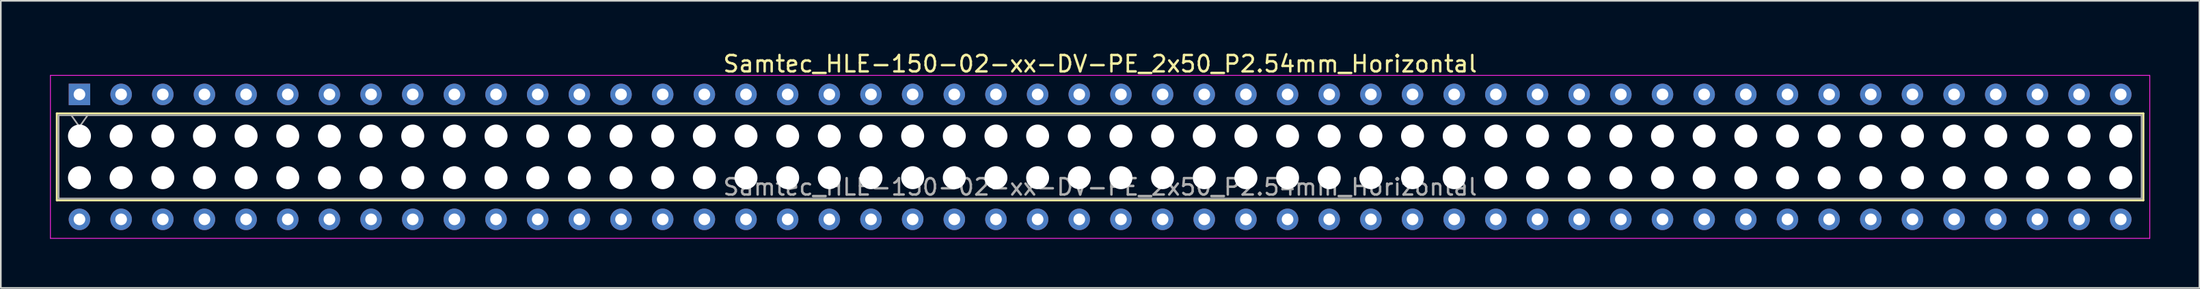
<source format=kicad_pcb>
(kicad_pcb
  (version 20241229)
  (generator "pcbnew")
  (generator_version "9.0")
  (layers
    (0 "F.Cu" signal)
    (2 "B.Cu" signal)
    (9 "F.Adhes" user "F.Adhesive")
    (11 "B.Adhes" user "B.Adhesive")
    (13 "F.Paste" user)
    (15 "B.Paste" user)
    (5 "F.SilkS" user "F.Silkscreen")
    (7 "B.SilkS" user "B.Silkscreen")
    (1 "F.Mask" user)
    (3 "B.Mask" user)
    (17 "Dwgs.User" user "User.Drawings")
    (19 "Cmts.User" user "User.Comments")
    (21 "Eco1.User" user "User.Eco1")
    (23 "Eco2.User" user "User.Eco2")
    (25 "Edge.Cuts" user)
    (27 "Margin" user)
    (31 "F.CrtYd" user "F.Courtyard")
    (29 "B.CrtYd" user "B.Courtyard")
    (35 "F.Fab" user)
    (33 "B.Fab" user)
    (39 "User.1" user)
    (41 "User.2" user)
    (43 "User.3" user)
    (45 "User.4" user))
  (footprint "Samtec_HLE-150-02-xx-DV-PE_2x50_P2.54mm_Horizontal"
    (layer "F.Cu")
    (at 1.795 2.708)
    (property "Reference" "Samtec_HLE-150-02-xx-DV-PE_2x50_P2.54mm_Horizontal" (at 62.23 -1.86 0) (layer "F.SilkS") (effects (font (size 1 1) (thickness 0.15))))
    (attr through_hole)
    (fp_line (start -1.38 1.16) (end 125.84 1.16) (stroke (width 0.12) (type solid)) (layer "F.SilkS"))
    (fp_line (start -1.38 6.46) (end -1.38 1.16) (stroke (width 0.12) (type solid)) (layer "F.SilkS"))
    (fp_line (start 125.84 1.16) (end 125.84 6.46) (stroke (width 0.12) (type solid)) (layer "F.SilkS"))
    (fp_line (start 125.84 6.46) (end -1.38 6.46) (stroke (width 0.12) (type solid)) (layer "F.SilkS"))
    (fp_line (start -1.77 -1.16) (end 126.23 -1.16) (stroke (width 0.05) (type solid)) (layer "F.CrtYd"))
    (fp_line (start -1.77 8.78) (end -1.77 -1.16) (stroke (width 0.05) (type solid)) (layer "F.CrtYd"))
    (fp_line (start 126.23 -1.16) (end 126.23 8.78) (stroke (width 0.05) (type solid)) (layer "F.CrtYd"))
    (fp_line (start 126.23 8.78) (end -1.77 8.78) (stroke (width 0.05) (type solid)) (layer "F.CrtYd"))
    (fp_line (start -1.27 1.27) (end 125.73 1.27) (stroke (width 0.1) (type solid)) (layer "F.Fab"))
    (fp_line (start -1.27 6.35) (end -1.27 1.27) (stroke (width 0.1) (type solid)) (layer "F.Fab"))
    (fp_line (start -0.5 1.27) (end 0 1.977) (stroke (width 0.1) (type solid)) (layer "F.Fab"))
    (fp_line (start 0 1.977) (end 0.5 1.27) (stroke (width 0.1) (type solid)) (layer "F.Fab"))
    (fp_line (start 125.73 1.27) (end 125.73 6.35) (stroke (width 0.1) (type solid)) (layer "F.Fab"))
    (fp_line (start 125.73 6.35) (end -1.27 6.35) (stroke (width 0.1) (type solid)) (layer "F.Fab"))
    (fp_text user "${REFERENCE}" (at 62.23 5.65 0) (layer "F.Fab") (effects (font (size 1 1) (thickness 0.15))))
    (pad "" np_thru_hole circle (at 0 2.54) (size 1.4 1.4) (drill 1.4) (layers "*.Cu" "*.Mask"))
    (pad "" np_thru_hole circle (at 0 5.08) (size 1.4 1.4) (drill 1.4) (layers "*.Cu" "*.Mask"))
    (pad "" np_thru_hole circle (at 2.54 2.54) (size 1.4 1.4) (drill 1.4) (layers "*.Cu" "*.Mask"))
    (pad "" np_thru_hole circle (at 2.54 5.08) (size 1.4 1.4) (drill 1.4) (layers "*.Cu" "*.Mask"))
    (pad "" np_thru_hole circle (at 5.08 2.54) (size 1.4 1.4) (drill 1.4) (layers "*.Cu" "*.Mask"))
    (pad "" np_thru_hole circle (at 5.08 5.08) (size 1.4 1.4) (drill 1.4) (layers "*.Cu" "*.Mask"))
    (pad "" np_thru_hole circle (at 7.62 2.54) (size 1.4 1.4) (drill 1.4) (layers "*.Cu" "*.Mask"))
    (pad "" np_thru_hole circle (at 7.62 5.08) (size 1.4 1.4) (drill 1.4) (layers "*.Cu" "*.Mask"))
    (pad "" np_thru_hole circle (at 10.16 2.54) (size 1.4 1.4) (drill 1.4) (layers "*.Cu" "*.Mask"))
    (pad "" np_thru_hole circle (at 10.16 5.08) (size 1.4 1.4) (drill 1.4) (layers "*.Cu" "*.Mask"))
    (pad "" np_thru_hole circle (at 12.7 2.54) (size 1.4 1.4) (drill 1.4) (layers "*.Cu" "*.Mask"))
    (pad "" np_thru_hole circle (at 12.7 5.08) (size 1.4 1.4) (drill 1.4) (layers "*.Cu" "*.Mask"))
    (pad "" np_thru_hole circle (at 15.24 2.54) (size 1.4 1.4) (drill 1.4) (layers "*.Cu" "*.Mask"))
    (pad "" np_thru_hole circle (at 15.24 5.08) (size 1.4 1.4) (drill 1.4) (layers "*.Cu" "*.Mask"))
    (pad "" np_thru_hole circle (at 17.78 2.54) (size 1.4 1.4) (drill 1.4) (layers "*.Cu" "*.Mask"))
    (pad "" np_thru_hole circle (at 17.78 5.08) (size 1.4 1.4) (drill 1.4) (layers "*.Cu" "*.Mask"))
    (pad "" np_thru_hole circle (at 20.32 2.54) (size 1.4 1.4) (drill 1.4) (layers "*.Cu" "*.Mask"))
    (pad "" np_thru_hole circle (at 20.32 5.08) (size 1.4 1.4) (drill 1.4) (layers "*.Cu" "*.Mask"))
    (pad "" np_thru_hole circle (at 22.86 2.54) (size 1.4 1.4) (drill 1.4) (layers "*.Cu" "*.Mask"))
    (pad "" np_thru_hole circle (at 22.86 5.08) (size 1.4 1.4) (drill 1.4) (layers "*.Cu" "*.Mask"))
    (pad "" np_thru_hole circle (at 25.4 2.54) (size 1.4 1.4) (drill 1.4) (layers "*.Cu" "*.Mask"))
    (pad "" np_thru_hole circle (at 25.4 5.08) (size 1.4 1.4) (drill 1.4) (layers "*.Cu" "*.Mask"))
    (pad "" np_thru_hole circle (at 27.94 2.54) (size 1.4 1.4) (drill 1.4) (layers "*.Cu" "*.Mask"))
    (pad "" np_thru_hole circle (at 27.94 5.08) (size 1.4 1.4) (drill 1.4) (layers "*.Cu" "*.Mask"))
    (pad "" np_thru_hole circle (at 30.48 2.54) (size 1.4 1.4) (drill 1.4) (layers "*.Cu" "*.Mask"))
    (pad "" np_thru_hole circle (at 30.48 5.08) (size 1.4 1.4) (drill 1.4) (layers "*.Cu" "*.Mask"))
    (pad "" np_thru_hole circle (at 33.02 2.54) (size 1.4 1.4) (drill 1.4) (layers "*.Cu" "*.Mask"))
    (pad "" np_thru_hole circle (at 33.02 5.08) (size 1.4 1.4) (drill 1.4) (layers "*.Cu" "*.Mask"))
    (pad "" np_thru_hole circle (at 35.56 2.54) (size 1.4 1.4) (drill 1.4) (layers "*.Cu" "*.Mask"))
    (pad "" np_thru_hole circle (at 35.56 5.08) (size 1.4 1.4) (drill 1.4) (layers "*.Cu" "*.Mask"))
    (pad "" np_thru_hole circle (at 38.1 2.54) (size 1.4 1.4) (drill 1.4) (layers "*.Cu" "*.Mask"))
    (pad "" np_thru_hole circle (at 38.1 5.08) (size 1.4 1.4) (drill 1.4) (layers "*.Cu" "*.Mask"))
    (pad "" np_thru_hole circle (at 40.64 2.54) (size 1.4 1.4) (drill 1.4) (layers "*.Cu" "*.Mask"))
    (pad "" np_thru_hole circle (at 40.64 5.08) (size 1.4 1.4) (drill 1.4) (layers "*.Cu" "*.Mask"))
    (pad "" np_thru_hole circle (at 43.18 2.54) (size 1.4 1.4) (drill 1.4) (layers "*.Cu" "*.Mask"))
    (pad "" np_thru_hole circle (at 43.18 5.08) (size 1.4 1.4) (drill 1.4) (layers "*.Cu" "*.Mask"))
    (pad "" np_thru_hole circle (at 45.72 2.54) (size 1.4 1.4) (drill 1.4) (layers "*.Cu" "*.Mask"))
    (pad "" np_thru_hole circle (at 45.72 5.08) (size 1.4 1.4) (drill 1.4) (layers "*.Cu" "*.Mask"))
    (pad "" np_thru_hole circle (at 48.26 2.54) (size 1.4 1.4) (drill 1.4) (layers "*.Cu" "*.Mask"))
    (pad "" np_thru_hole circle (at 48.26 5.08) (size 1.4 1.4) (drill 1.4) (layers "*.Cu" "*.Mask"))
    (pad "" np_thru_hole circle (at 50.8 2.54) (size 1.4 1.4) (drill 1.4) (layers "*.Cu" "*.Mask"))
    (pad "" np_thru_hole circle (at 50.8 5.08) (size 1.4 1.4) (drill 1.4) (layers "*.Cu" "*.Mask"))
    (pad "" np_thru_hole circle (at 53.34 2.54) (size 1.4 1.4) (drill 1.4) (layers "*.Cu" "*.Mask"))
    (pad "" np_thru_hole circle (at 53.34 5.08) (size 1.4 1.4) (drill 1.4) (layers "*.Cu" "*.Mask"))
    (pad "" np_thru_hole circle (at 55.88 2.54) (size 1.4 1.4) (drill 1.4) (layers "*.Cu" "*.Mask"))
    (pad "" np_thru_hole circle (at 55.88 5.08) (size 1.4 1.4) (drill 1.4) (layers "*.Cu" "*.Mask"))
    (pad "" np_thru_hole circle (at 58.42 2.54) (size 1.4 1.4) (drill 1.4) (layers "*.Cu" "*.Mask"))
    (pad "" np_thru_hole circle (at 58.42 5.08) (size 1.4 1.4) (drill 1.4) (layers "*.Cu" "*.Mask"))
    (pad "" np_thru_hole circle (at 60.96 2.54) (size 1.4 1.4) (drill 1.4) (layers "*.Cu" "*.Mask"))
    (pad "" np_thru_hole circle (at 60.96 5.08) (size 1.4 1.4) (drill 1.4) (layers "*.Cu" "*.Mask"))
    (pad "" np_thru_hole circle (at 63.5 2.54) (size 1.4 1.4) (drill 1.4) (layers "*.Cu" "*.Mask"))
    (pad "" np_thru_hole circle (at 63.5 5.08) (size 1.4 1.4) (drill 1.4) (layers "*.Cu" "*.Mask"))
    (pad "" np_thru_hole circle (at 66.04 2.54) (size 1.4 1.4) (drill 1.4) (layers "*.Cu" "*.Mask"))
    (pad "" np_thru_hole circle (at 66.04 5.08) (size 1.4 1.4) (drill 1.4) (layers "*.Cu" "*.Mask"))
    (pad "" np_thru_hole circle (at 68.58 2.54) (size 1.4 1.4) (drill 1.4) (layers "*.Cu" "*.Mask"))
    (pad "" np_thru_hole circle (at 68.58 5.08) (size 1.4 1.4) (drill 1.4) (layers "*.Cu" "*.Mask"))
    (pad "" np_thru_hole circle (at 71.12 2.54) (size 1.4 1.4) (drill 1.4) (layers "*.Cu" "*.Mask"))
    (pad "" np_thru_hole circle (at 71.12 5.08) (size 1.4 1.4) (drill 1.4) (layers "*.Cu" "*.Mask"))
    (pad "" np_thru_hole circle (at 73.66 2.54) (size 1.4 1.4) (drill 1.4) (layers "*.Cu" "*.Mask"))
    (pad "" np_thru_hole circle (at 73.66 5.08) (size 1.4 1.4) (drill 1.4) (layers "*.Cu" "*.Mask"))
    (pad "" np_thru_hole circle (at 76.2 2.54) (size 1.4 1.4) (drill 1.4) (layers "*.Cu" "*.Mask"))
    (pad "" np_thru_hole circle (at 76.2 5.08) (size 1.4 1.4) (drill 1.4) (layers "*.Cu" "*.Mask"))
    (pad "" np_thru_hole circle (at 78.74 2.54) (size 1.4 1.4) (drill 1.4) (layers "*.Cu" "*.Mask"))
    (pad "" np_thru_hole circle (at 78.74 5.08) (size 1.4 1.4) (drill 1.4) (layers "*.Cu" "*.Mask"))
    (pad "" np_thru_hole circle (at 81.28 2.54) (size 1.4 1.4) (drill 1.4) (layers "*.Cu" "*.Mask"))
    (pad "" np_thru_hole circle (at 81.28 5.08) (size 1.4 1.4) (drill 1.4) (layers "*.Cu" "*.Mask"))
    (pad "" np_thru_hole circle (at 83.82 2.54) (size 1.4 1.4) (drill 1.4) (layers "*.Cu" "*.Mask"))
    (pad "" np_thru_hole circle (at 83.82 5.08) (size 1.4 1.4) (drill 1.4) (layers "*.Cu" "*.Mask"))
    (pad "" np_thru_hole circle (at 86.36 2.54) (size 1.4 1.4) (drill 1.4) (layers "*.Cu" "*.Mask"))
    (pad "" np_thru_hole circle (at 86.36 5.08) (size 1.4 1.4) (drill 1.4) (layers "*.Cu" "*.Mask"))
    (pad "" np_thru_hole circle (at 88.9 2.54) (size 1.4 1.4) (drill 1.4) (layers "*.Cu" "*.Mask"))
    (pad "" np_thru_hole circle (at 88.9 5.08) (size 1.4 1.4) (drill 1.4) (layers "*.Cu" "*.Mask"))
    (pad "" np_thru_hole circle (at 91.44 2.54) (size 1.4 1.4) (drill 1.4) (layers "*.Cu" "*.Mask"))
    (pad "" np_thru_hole circle (at 91.44 5.08) (size 1.4 1.4) (drill 1.4) (layers "*.Cu" "*.Mask"))
    (pad "" np_thru_hole circle (at 93.98 2.54) (size 1.4 1.4) (drill 1.4) (layers "*.Cu" "*.Mask"))
    (pad "" np_thru_hole circle (at 93.98 5.08) (size 1.4 1.4) (drill 1.4) (layers "*.Cu" "*.Mask"))
    (pad "" np_thru_hole circle (at 96.52 2.54) (size 1.4 1.4) (drill 1.4) (layers "*.Cu" "*.Mask"))
    (pad "" np_thru_hole circle (at 96.52 5.08) (size 1.4 1.4) (drill 1.4) (layers "*.Cu" "*.Mask"))
    (pad "" np_thru_hole circle (at 99.06 2.54) (size 1.4 1.4) (drill 1.4) (layers "*.Cu" "*.Mask"))
    (pad "" np_thru_hole circle (at 99.06 5.08) (size 1.4 1.4) (drill 1.4) (layers "*.Cu" "*.Mask"))
    (pad "" np_thru_hole circle (at 101.6 2.54) (size 1.4 1.4) (drill 1.4) (layers "*.Cu" "*.Mask"))
    (pad "" np_thru_hole circle (at 101.6 5.08) (size 1.4 1.4) (drill 1.4) (layers "*.Cu" "*.Mask"))
    (pad "" np_thru_hole circle (at 104.14 2.54) (size 1.4 1.4) (drill 1.4) (layers "*.Cu" "*.Mask"))
    (pad "" np_thru_hole circle (at 104.14 5.08) (size 1.4 1.4) (drill 1.4) (layers "*.Cu" "*.Mask"))
    (pad "" np_thru_hole circle (at 106.68 2.54) (size 1.4 1.4) (drill 1.4) (layers "*.Cu" "*.Mask"))
    (pad "" np_thru_hole circle (at 106.68 5.08) (size 1.4 1.4) (drill 1.4) (layers "*.Cu" "*.Mask"))
    (pad "" np_thru_hole circle (at 109.22 2.54) (size 1.4 1.4) (drill 1.4) (layers "*.Cu" "*.Mask"))
    (pad "" np_thru_hole circle (at 109.22 5.08) (size 1.4 1.4) (drill 1.4) (layers "*.Cu" "*.Mask"))
    (pad "" np_thru_hole circle (at 111.76 2.54) (size 1.4 1.4) (drill 1.4) (layers "*.Cu" "*.Mask"))
    (pad "" np_thru_hole circle (at 111.76 5.08) (size 1.4 1.4) (drill 1.4) (layers "*.Cu" "*.Mask"))
    (pad "" np_thru_hole circle (at 114.3 2.54) (size 1.4 1.4) (drill 1.4) (layers "*.Cu" "*.Mask"))
    (pad "" np_thru_hole circle (at 114.3 5.08) (size 1.4 1.4) (drill 1.4) (layers "*.Cu" "*.Mask"))
    (pad "" np_thru_hole circle (at 116.84 2.54) (size 1.4 1.4) (drill 1.4) (layers "*.Cu" "*.Mask"))
    (pad "" np_thru_hole circle (at 116.84 5.08) (size 1.4 1.4) (drill 1.4) (layers "*.Cu" "*.Mask"))
    (pad "" np_thru_hole circle (at 119.38 2.54) (size 1.4 1.4) (drill 1.4) (layers "*.Cu" "*.Mask"))
    (pad "" np_thru_hole circle (at 119.38 5.08) (size 1.4 1.4) (drill 1.4) (layers "*.Cu" "*.Mask"))
    (pad "" np_thru_hole circle (at 121.92 2.54) (size 1.4 1.4) (drill 1.4) (layers "*.Cu" "*.Mask"))
    (pad "" np_thru_hole circle (at 121.92 5.08) (size 1.4 1.4) (drill 1.4) (layers "*.Cu" "*.Mask"))
    (pad "" np_thru_hole circle (at 124.46 2.54) (size 1.4 1.4) (drill 1.4) (layers "*.Cu" "*.Mask"))
    (pad "" np_thru_hole circle (at 124.46 5.08) (size 1.4 1.4) (drill 1.4) (layers "*.Cu" "*.Mask"))
    (pad "1" thru_hole rect (at 0 0) (size 1.31 1.31) (drill 0.71) (layers "*.Cu" "*.Mask"))
    (pad "2" thru_hole circle (at 0 7.62) (size 1.31 1.31) (drill 0.71) (layers "*.Cu" "*.Mask"))
    (pad "3" thru_hole circle (at 2.54 0) (size 1.31 1.31) (drill 0.71) (layers "*.Cu" "*.Mask"))
    (pad "4" thru_hole circle (at 2.54 7.62) (size 1.31 1.31) (drill 0.71) (layers "*.Cu" "*.Mask"))
    (pad "5" thru_hole circle (at 5.08 0) (size 1.31 1.31) (drill 0.71) (layers "*.Cu" "*.Mask"))
    (pad "6" thru_hole circle (at 5.08 7.62) (size 1.31 1.31) (drill 0.71) (layers "*.Cu" "*.Mask"))
    (pad "7" thru_hole circle (at 7.62 0) (size 1.31 1.31) (drill 0.71) (layers "*.Cu" "*.Mask"))
    (pad "8" thru_hole circle (at 7.62 7.62) (size 1.31 1.31) (drill 0.71) (layers "*.Cu" "*.Mask"))
    (pad "9" thru_hole circle (at 10.16 0) (size 1.31 1.31) (drill 0.71) (layers "*.Cu" "*.Mask"))
    (pad "10" thru_hole circle (at 10.16 7.62) (size 1.31 1.31) (drill 0.71) (layers "*.Cu" "*.Mask"))
    (pad "11" thru_hole circle (at 12.7 0) (size 1.31 1.31) (drill 0.71) (layers "*.Cu" "*.Mask"))
    (pad "12" thru_hole circle (at 12.7 7.62) (size 1.31 1.31) (drill 0.71) (layers "*.Cu" "*.Mask"))
    (pad "13" thru_hole circle (at 15.24 0) (size 1.31 1.31) (drill 0.71) (layers "*.Cu" "*.Mask"))
    (pad "14" thru_hole circle (at 15.24 7.62) (size 1.31 1.31) (drill 0.71) (layers "*.Cu" "*.Mask"))
    (pad "15" thru_hole circle (at 17.78 0) (size 1.31 1.31) (drill 0.71) (layers "*.Cu" "*.Mask"))
    (pad "16" thru_hole circle (at 17.78 7.62) (size 1.31 1.31) (drill 0.71) (layers "*.Cu" "*.Mask"))
    (pad "17" thru_hole circle (at 20.32 0) (size 1.31 1.31) (drill 0.71) (layers "*.Cu" "*.Mask"))
    (pad "18" thru_hole circle (at 20.32 7.62) (size 1.31 1.31) (drill 0.71) (layers "*.Cu" "*.Mask"))
    (pad "19" thru_hole circle (at 22.86 0) (size 1.31 1.31) (drill 0.71) (layers "*.Cu" "*.Mask"))
    (pad "20" thru_hole circle (at 22.86 7.62) (size 1.31 1.31) (drill 0.71) (layers "*.Cu" "*.Mask"))
    (pad "21" thru_hole circle (at 25.4 0) (size 1.31 1.31) (drill 0.71) (layers "*.Cu" "*.Mask"))
    (pad "22" thru_hole circle (at 25.4 7.62) (size 1.31 1.31) (drill 0.71) (layers "*.Cu" "*.Mask"))
    (pad "23" thru_hole circle (at 27.94 0) (size 1.31 1.31) (drill 0.71) (layers "*.Cu" "*.Mask"))
    (pad "24" thru_hole circle (at 27.94 7.62) (size 1.31 1.31) (drill 0.71) (layers "*.Cu" "*.Mask"))
    (pad "25" thru_hole circle (at 30.48 0) (size 1.31 1.31) (drill 0.71) (layers "*.Cu" "*.Mask"))
    (pad "26" thru_hole circle (at 30.48 7.62) (size 1.31 1.31) (drill 0.71) (layers "*.Cu" "*.Mask"))
    (pad "27" thru_hole circle (at 33.02 0) (size 1.31 1.31) (drill 0.71) (layers "*.Cu" "*.Mask"))
    (pad "28" thru_hole circle (at 33.02 7.62) (size 1.31 1.31) (drill 0.71) (layers "*.Cu" "*.Mask"))
    (pad "29" thru_hole circle (at 35.56 0) (size 1.31 1.31) (drill 0.71) (layers "*.Cu" "*.Mask"))
    (pad "30" thru_hole circle (at 35.56 7.62) (size 1.31 1.31) (drill 0.71) (layers "*.Cu" "*.Mask"))
    (pad "31" thru_hole circle (at 38.1 0) (size 1.31 1.31) (drill 0.71) (layers "*.Cu" "*.Mask"))
    (pad "32" thru_hole circle (at 38.1 7.62) (size 1.31 1.31) (drill 0.71) (layers "*.Cu" "*.Mask"))
    (pad "33" thru_hole circle (at 40.64 0) (size 1.31 1.31) (drill 0.71) (layers "*.Cu" "*.Mask"))
    (pad "34" thru_hole circle (at 40.64 7.62) (size 1.31 1.31) (drill 0.71) (layers "*.Cu" "*.Mask"))
    (pad "35" thru_hole circle (at 43.18 0) (size 1.31 1.31) (drill 0.71) (layers "*.Cu" "*.Mask"))
    (pad "36" thru_hole circle (at 43.18 7.62) (size 1.31 1.31) (drill 0.71) (layers "*.Cu" "*.Mask"))
    (pad "37" thru_hole circle (at 45.72 0) (size 1.31 1.31) (drill 0.71) (layers "*.Cu" "*.Mask"))
    (pad "38" thru_hole circle (at 45.72 7.62) (size 1.31 1.31) (drill 0.71) (layers "*.Cu" "*.Mask"))
    (pad "39" thru_hole circle (at 48.26 0) (size 1.31 1.31) (drill 0.71) (layers "*.Cu" "*.Mask"))
    (pad "40" thru_hole circle (at 48.26 7.62) (size 1.31 1.31) (drill 0.71) (layers "*.Cu" "*.Mask"))
    (pad "41" thru_hole circle (at 50.8 0) (size 1.31 1.31) (drill 0.71) (layers "*.Cu" "*.Mask"))
    (pad "42" thru_hole circle (at 50.8 7.62) (size 1.31 1.31) (drill 0.71) (layers "*.Cu" "*.Mask"))
    (pad "43" thru_hole circle (at 53.34 0) (size 1.31 1.31) (drill 0.71) (layers "*.Cu" "*.Mask"))
    (pad "44" thru_hole circle (at 53.34 7.62) (size 1.31 1.31) (drill 0.71) (layers "*.Cu" "*.Mask"))
    (pad "45" thru_hole circle (at 55.88 0) (size 1.31 1.31) (drill 0.71) (layers "*.Cu" "*.Mask"))
    (pad "46" thru_hole circle (at 55.88 7.62) (size 1.31 1.31) (drill 0.71) (layers "*.Cu" "*.Mask"))
    (pad "47" thru_hole circle (at 58.42 0) (size 1.31 1.31) (drill 0.71) (layers "*.Cu" "*.Mask"))
    (pad "48" thru_hole circle (at 58.42 7.62) (size 1.31 1.31) (drill 0.71) (layers "*.Cu" "*.Mask"))
    (pad "49" thru_hole circle (at 60.96 0) (size 1.31 1.31) (drill 0.71) (layers "*.Cu" "*.Mask"))
    (pad "50" thru_hole circle (at 60.96 7.62) (size 1.31 1.31) (drill 0.71) (layers "*.Cu" "*.Mask"))
    (pad "51" thru_hole circle (at 63.5 0) (size 1.31 1.31) (drill 0.71) (layers "*.Cu" "*.Mask"))
    (pad "52" thru_hole circle (at 63.5 7.62) (size 1.31 1.31) (drill 0.71) (layers "*.Cu" "*.Mask"))
    (pad "53" thru_hole circle (at 66.04 0) (size 1.31 1.31) (drill 0.71) (layers "*.Cu" "*.Mask"))
    (pad "54" thru_hole circle (at 66.04 7.62) (size 1.31 1.31) (drill 0.71) (layers "*.Cu" "*.Mask"))
    (pad "55" thru_hole circle (at 68.58 0) (size 1.31 1.31) (drill 0.71) (layers "*.Cu" "*.Mask"))
    (pad "56" thru_hole circle (at 68.58 7.62) (size 1.31 1.31) (drill 0.71) (layers "*.Cu" "*.Mask"))
    (pad "57" thru_hole circle (at 71.12 0) (size 1.31 1.31) (drill 0.71) (layers "*.Cu" "*.Mask"))
    (pad "58" thru_hole circle (at 71.12 7.62) (size 1.31 1.31) (drill 0.71) (layers "*.Cu" "*.Mask"))
    (pad "59" thru_hole circle (at 73.66 0) (size 1.31 1.31) (drill 0.71) (layers "*.Cu" "*.Mask"))
    (pad "60" thru_hole circle (at 73.66 7.62) (size 1.31 1.31) (drill 0.71) (layers "*.Cu" "*.Mask"))
    (pad "61" thru_hole circle (at 76.2 0) (size 1.31 1.31) (drill 0.71) (layers "*.Cu" "*.Mask"))
    (pad "62" thru_hole circle (at 76.2 7.62) (size 1.31 1.31) (drill 0.71) (layers "*.Cu" "*.Mask"))
    (pad "63" thru_hole circle (at 78.74 0) (size 1.31 1.31) (drill 0.71) (layers "*.Cu" "*.Mask"))
    (pad "64" thru_hole circle (at 78.74 7.62) (size 1.31 1.31) (drill 0.71) (layers "*.Cu" "*.Mask"))
    (pad "65" thru_hole circle (at 81.28 0) (size 1.31 1.31) (drill 0.71) (layers "*.Cu" "*.Mask"))
    (pad "66" thru_hole circle (at 81.28 7.62) (size 1.31 1.31) (drill 0.71) (layers "*.Cu" "*.Mask"))
    (pad "67" thru_hole circle (at 83.82 0) (size 1.31 1.31) (drill 0.71) (layers "*.Cu" "*.Mask"))
    (pad "68" thru_hole circle (at 83.82 7.62) (size 1.31 1.31) (drill 0.71) (layers "*.Cu" "*.Mask"))
    (pad "69" thru_hole circle (at 86.36 0) (size 1.31 1.31) (drill 0.71) (layers "*.Cu" "*.Mask"))
    (pad "70" thru_hole circle (at 86.36 7.62) (size 1.31 1.31) (drill 0.71) (layers "*.Cu" "*.Mask"))
    (pad "71" thru_hole circle (at 88.9 0) (size 1.31 1.31) (drill 0.71) (layers "*.Cu" "*.Mask"))
    (pad "72" thru_hole circle (at 88.9 7.62) (size 1.31 1.31) (drill 0.71) (layers "*.Cu" "*.Mask"))
    (pad "73" thru_hole circle (at 91.44 0) (size 1.31 1.31) (drill 0.71) (layers "*.Cu" "*.Mask"))
    (pad "74" thru_hole circle (at 91.44 7.62) (size 1.31 1.31) (drill 0.71) (layers "*.Cu" "*.Mask"))
    (pad "75" thru_hole circle (at 93.98 0) (size 1.31 1.31) (drill 0.71) (layers "*.Cu" "*.Mask"))
    (pad "76" thru_hole circle (at 93.98 7.62) (size 1.31 1.31) (drill 0.71) (layers "*.Cu" "*.Mask"))
    (pad "77" thru_hole circle (at 96.52 0) (size 1.31 1.31) (drill 0.71) (layers "*.Cu" "*.Mask"))
    (pad "78" thru_hole circle (at 96.52 7.62) (size 1.31 1.31) (drill 0.71) (layers "*.Cu" "*.Mask"))
    (pad "79" thru_hole circle (at 99.06 0) (size 1.31 1.31) (drill 0.71) (layers "*.Cu" "*.Mask"))
    (pad "80" thru_hole circle (at 99.06 7.62) (size 1.31 1.31) (drill 0.71) (layers "*.Cu" "*.Mask"))
    (pad "81" thru_hole circle (at 101.6 0) (size 1.31 1.31) (drill 0.71) (layers "*.Cu" "*.Mask"))
    (pad "82" thru_hole circle (at 101.6 7.62) (size 1.31 1.31) (drill 0.71) (layers "*.Cu" "*.Mask"))
    (pad "83" thru_hole circle (at 104.14 0) (size 1.31 1.31) (drill 0.71) (layers "*.Cu" "*.Mask"))
    (pad "84" thru_hole circle (at 104.14 7.62) (size 1.31 1.31) (drill 0.71) (layers "*.Cu" "*.Mask"))
    (pad "85" thru_hole circle (at 106.68 0) (size 1.31 1.31) (drill 0.71) (layers "*.Cu" "*.Mask"))
    (pad "86" thru_hole circle (at 106.68 7.62) (size 1.31 1.31) (drill 0.71) (layers "*.Cu" "*.Mask"))
    (pad "87" thru_hole circle (at 109.22 0) (size 1.31 1.31) (drill 0.71) (layers "*.Cu" "*.Mask"))
    (pad "88" thru_hole circle (at 109.22 7.62) (size 1.31 1.31) (drill 0.71) (layers "*.Cu" "*.Mask"))
    (pad "89" thru_hole circle (at 111.76 0) (size 1.31 1.31) (drill 0.71) (layers "*.Cu" "*.Mask"))
    (pad "90" thru_hole circle (at 111.76 7.62) (size 1.31 1.31) (drill 0.71) (layers "*.Cu" "*.Mask"))
    (pad "91" thru_hole circle (at 114.3 0) (size 1.31 1.31) (drill 0.71) (layers "*.Cu" "*.Mask"))
    (pad "92" thru_hole circle (at 114.3 7.62) (size 1.31 1.31) (drill 0.71) (layers "*.Cu" "*.Mask"))
    (pad "93" thru_hole circle (at 116.84 0) (size 1.31 1.31) (drill 0.71) (layers "*.Cu" "*.Mask"))
    (pad "94" thru_hole circle (at 116.84 7.62) (size 1.31 1.31) (drill 0.71) (layers "*.Cu" "*.Mask"))
    (pad "95" thru_hole circle (at 119.38 0) (size 1.31 1.31) (drill 0.71) (layers "*.Cu" "*.Mask"))
    (pad "96" thru_hole circle (at 119.38 7.62) (size 1.31 1.31) (drill 0.71) (layers "*.Cu" "*.Mask"))
    (pad "97" thru_hole circle (at 121.92 0) (size 1.31 1.31) (drill 0.71) (layers "*.Cu" "*.Mask"))
    (pad "98" thru_hole circle (at 121.92 7.62) (size 1.31 1.31) (drill 0.71) (layers "*.Cu" "*.Mask"))
    (pad "99" thru_hole circle (at 124.46 0) (size 1.31 1.31) (drill 0.71) (layers "*.Cu" "*.Mask"))
    (pad "100" thru_hole circle (at 124.46 7.62) (size 1.31 1.31) (drill 0.71) (layers "*.Cu" "*.Mask")))
  (gr_rect
    (start -3 -3)
    (end 131.05 14.513)
    (stroke (width 0.1) (type default))
    (fill no)
    (layer "Edge.Cuts")))
</source>
